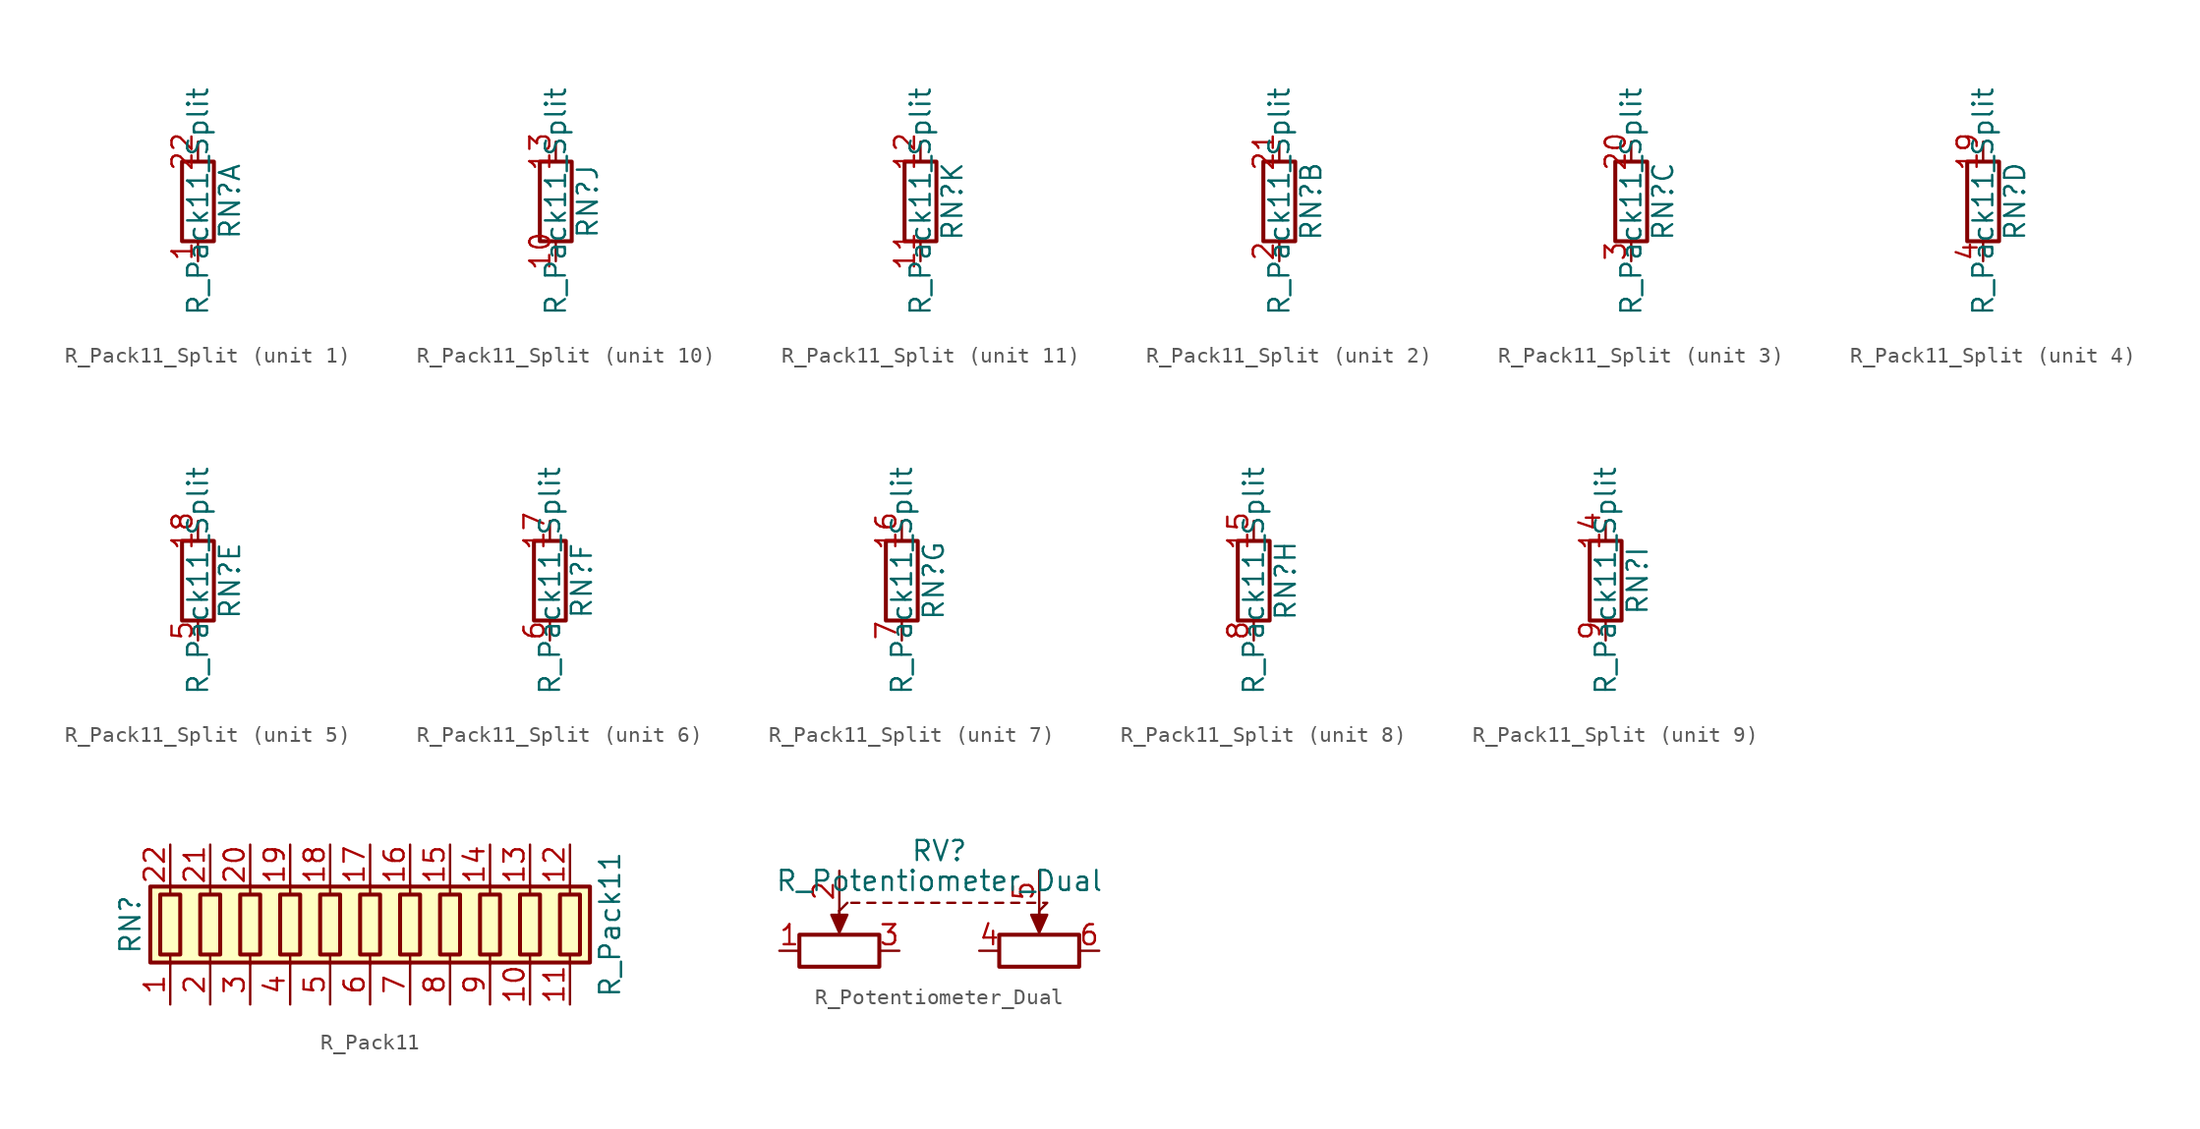
<source format=kicad_sym>
(kicad_symbol_lib
  (version 20241209)
  (generator "kicad_symbol_editor")
  (generator_version "9.0")
  (symbol "R_Pack11_Split"
    (pin_names
      (offset 0)
      (hide yes))
    (property "Reference" "RN"
      (at 2.032 0 90)
      (effects (font (size 1.27 1.27))))
    (property "Value" "R_Pack11_Split"
      (at 0 0 90)
      (effects (font (size 1.27 1.27))))
    (symbol "R_Pack11_Split_0_1"
      (rectangle (start 1.016 2.54) (end -1.016 -2.54) (stroke (width 0.254) (type default)) (fill (type none))))
    (symbol "R_Pack11_Split_1_1"
      (pin passive line (at 0 3.81 270) (length 1.27) (name "R1.2" (effects (font (size 1.27 1.27)))) (number "22" (effects (font (size 1.27 1.27)))))
      (pin passive line (at 0 -3.81 90) (length 1.27) (name "R1.1" (effects (font (size 1.27 1.27)))) (number "1" (effects (font (size 1.27 1.27))))))
    (symbol "R_Pack11_Split_2_1"
      (pin passive line (at 0 3.81 270) (length 1.27) (name "R2.2" (effects (font (size 1.27 1.27)))) (number "21" (effects (font (size 1.27 1.27)))))
      (pin passive line (at 0 -3.81 90) (length 1.27) (name "R2.1" (effects (font (size 1.27 1.27)))) (number "2" (effects (font (size 1.27 1.27))))))
    (symbol "R_Pack11_Split_3_1"
      (pin passive line (at 0 3.81 270) (length 1.27) (name "R3.2" (effects (font (size 1.27 1.27)))) (number "20" (effects (font (size 1.27 1.27)))))
      (pin passive line (at 0 -3.81 90) (length 1.27) (name "R3.1" (effects (font (size 1.27 1.27)))) (number "3" (effects (font (size 1.27 1.27))))))
    (symbol "R_Pack11_Split_4_1"
      (pin passive line (at 0 3.81 270) (length 1.27) (name "R4.2" (effects (font (size 1.27 1.27)))) (number "19" (effects (font (size 1.27 1.27)))))
      (pin passive line (at 0 -3.81 90) (length 1.27) (name "R4.1" (effects (font (size 1.27 1.27)))) (number "4" (effects (font (size 1.27 1.27))))))
    (symbol "R_Pack11_Split_5_1"
      (pin passive line (at 0 3.81 270) (length 1.27) (name "R5.2" (effects (font (size 1.27 1.27)))) (number "18" (effects (font (size 1.27 1.27)))))
      (pin passive line (at 0 -3.81 90) (length 1.27) (name "R5.1" (effects (font (size 1.27 1.27)))) (number "5" (effects (font (size 1.27 1.27))))))
    (symbol "R_Pack11_Split_6_1"
      (pin passive line (at 0 3.81 270) (length 1.27) (name "R6.2" (effects (font (size 1.27 1.27)))) (number "17" (effects (font (size 1.27 1.27)))))
      (pin passive line (at 0 -3.81 90) (length 1.27) (name "R6.1" (effects (font (size 1.27 1.27)))) (number "6" (effects (font (size 1.27 1.27))))))
    (symbol "R_Pack11_Split_7_1"
      (pin passive line (at 0 3.81 270) (length 1.27) (name "R7.2" (effects (font (size 1.27 1.27)))) (number "16" (effects (font (size 1.27 1.27)))))
      (pin passive line (at 0 -3.81 90) (length 1.27) (name "R7.1" (effects (font (size 1.27 1.27)))) (number "7" (effects (font (size 1.27 1.27))))))
    (symbol "R_Pack11_Split_8_1"
      (pin passive line (at 0 3.81 270) (length 1.27) (name "R8.2" (effects (font (size 1.27 1.27)))) (number "15" (effects (font (size 1.27 1.27)))))
      (pin passive line (at 0 -3.81 90) (length 1.27) (name "R8.1" (effects (font (size 1.27 1.27)))) (number "8" (effects (font (size 1.27 1.27))))))
    (symbol "R_Pack11_Split_9_1"
      (pin passive line (at 0 3.81 270) (length 1.27) (name "R9.2" (effects (font (size 1.27 1.27)))) (number "14" (effects (font (size 1.27 1.27)))))
      (pin passive line (at 0 -3.81 90) (length 1.27) (name "R9.1" (effects (font (size 1.27 1.27)))) (number "9" (effects (font (size 1.27 1.27))))))
    (symbol "R_Pack11_Split_10_1"
      (pin passive line (at 0 3.81 270) (length 1.27) (name "R10.2" (effects (font (size 1.27 1.27)))) (number "13" (effects (font (size 1.27 1.27)))))
      (pin passive line (at 0 -3.81 90) (length 1.27) (name "R10.1" (effects (font (size 1.27 1.27)))) (number "10" (effects (font (size 1.27 1.27))))))
    (symbol "R_Pack11_Split_11_1"
      (pin passive line (at 0 3.81 270) (length 1.27) (name "R11.2" (effects (font (size 1.27 1.27)))) (number "12" (effects (font (size 1.27 1.27)))))
      (pin passive line (at 0 -3.81 90) (length 1.27) (name "R11.1" (effects (font (size 1.27 1.27)))) (number "11" (effects (font (size 1.27 1.27)))))))
  (symbol "R_Pack11"
    (pin_names
      (offset 0)
      (hide yes))
    (property "Reference" "RN"
      (at -15.24 0 90)
      (effects (font (size 1.27 1.27))))
    (property "Value" "R_Pack11"
      (at 15.24 0 90)
      (effects (font (size 1.27 1.27))))
    (symbol "R_Pack11_0_1"
      (rectangle (start -13.97 -2.413) (end 13.97 2.413) (stroke (width 0.254) (type default)) (fill (type background)))
      (rectangle (start -13.335 1.905) (end -12.065 -1.905) (stroke (width 0.254) (type default)) (fill (type none)))
      (polyline (pts (xy -12.7 1.905) (xy -12.7 2.54)) (stroke (width 0) (type default)) (fill (type none)))
      (polyline (pts (xy -12.7 -2.54) (xy -12.7 -1.905)) (stroke (width 0) (type default)) (fill (type none)))
      (rectangle (start -10.795 1.905) (end -9.525 -1.905) (stroke (width 0.254) (type default)) (fill (type none)))
      (polyline (pts (xy -10.16 1.905) (xy -10.16 2.54)) (stroke (width 0) (type default)) (fill (type none)))
      (polyline (pts (xy -10.16 -2.54) (xy -10.16 -1.905)) (stroke (width 0) (type default)) (fill (type none)))
      (rectangle (start -8.255 1.905) (end -6.985 -1.905) (stroke (width 0.254) (type default)) (fill (type none)))
      (polyline (pts (xy -7.62 1.905) (xy -7.62 2.54)) (stroke (width 0) (type default)) (fill (type none)))
      (polyline (pts (xy -7.62 -2.54) (xy -7.62 -1.905)) (stroke (width 0) (type default)) (fill (type none)))
      (rectangle (start -5.715 1.905) (end -4.445 -1.905) (stroke (width 0.254) (type default)) (fill (type none)))
      (polyline (pts (xy -5.08 1.905) (xy -5.08 2.54)) (stroke (width 0) (type default)) (fill (type none)))
      (polyline (pts (xy -5.08 -2.54) (xy -5.08 -1.905)) (stroke (width 0) (type default)) (fill (type none)))
      (rectangle (start -3.175 1.905) (end -1.905 -1.905) (stroke (width 0.254) (type default)) (fill (type none)))
      (polyline (pts (xy -2.54 1.905) (xy -2.54 2.54)) (stroke (width 0) (type default)) (fill (type none)))
      (polyline (pts (xy -2.54 -2.54) (xy -2.54 -1.905)) (stroke (width 0) (type default)) (fill (type none)))
      (rectangle (start -0.635 1.905) (end 0.635 -1.905) (stroke (width 0.254) (type default)) (fill (type none)))
      (polyline (pts (xy 0 1.905) (xy 0 2.54)) (stroke (width 0) (type default)) (fill (type none)))
      (polyline (pts (xy 0 -2.54) (xy 0 -1.905)) (stroke (width 0) (type default)) (fill (type none)))
      (rectangle (start 1.905 1.905) (end 3.175 -1.905) (stroke (width 0.254) (type default)) (fill (type none)))
      (polyline (pts (xy 2.54 1.905) (xy 2.54 2.54)) (stroke (width 0) (type default)) (fill (type none)))
      (polyline (pts (xy 2.54 -2.54) (xy 2.54 -1.905)) (stroke (width 0) (type default)) (fill (type none)))
      (rectangle (start 4.445 1.905) (end 5.715 -1.905) (stroke (width 0.254) (type default)) (fill (type none)))
      (polyline (pts (xy 5.08 1.905) (xy 5.08 2.54)) (stroke (width 0) (type default)) (fill (type none)))
      (polyline (pts (xy 5.08 -2.54) (xy 5.08 -1.905)) (stroke (width 0) (type default)) (fill (type none)))
      (rectangle (start 6.985 1.905) (end 8.255 -1.905) (stroke (width 0.254) (type default)) (fill (type none)))
      (polyline (pts (xy 7.62 1.905) (xy 7.62 2.54)) (stroke (width 0) (type default)) (fill (type none)))
      (polyline (pts (xy 7.62 -2.54) (xy 7.62 -1.905)) (stroke (width 0) (type default)) (fill (type none)))
      (rectangle (start 9.525 1.905) (end 10.795 -1.905) (stroke (width 0.254) (type default)) (fill (type none)))
      (polyline (pts (xy 10.16 1.905) (xy 10.16 2.54)) (stroke (width 0) (type default)) (fill (type none)))
      (polyline (pts (xy 10.16 -2.54) (xy 10.16 -1.905)) (stroke (width 0) (type default)) (fill (type none)))
      (rectangle (start 12.065 1.905) (end 13.335 -1.905) (stroke (width 0.254) (type default)) (fill (type none)))
      (polyline (pts (xy 12.7 1.905) (xy 12.7 2.54)) (stroke (width 0) (type default)) (fill (type none)))
      (polyline (pts (xy 12.7 -2.54) (xy 12.7 -1.905)) (stroke (width 0) (type default)) (fill (type none))))
    (symbol "R_Pack11_1_1"
      (pin passive line (at -12.7 5.08 270) (length 2.54) (name "R1.2" (effects (font (size 1.27 1.27)))) (number "22" (effects (font (size 1.27 1.27)))))
      (pin passive line (at -12.7 -5.08 90) (length 2.54) (name "R1.1" (effects (font (size 1.27 1.27)))) (number "1" (effects (font (size 1.27 1.27)))))
      (pin passive line (at -10.16 5.08 270) (length 2.54) (name "R2.2" (effects (font (size 1.27 1.27)))) (number "21" (effects (font (size 1.27 1.27)))))
      (pin passive line (at -10.16 -5.08 90) (length 2.54) (name "R2.1" (effects (font (size 1.27 1.27)))) (number "2" (effects (font (size 1.27 1.27)))))
      (pin passive line (at -7.62 5.08 270) (length 2.54) (name "R3.2" (effects (font (size 1.27 1.27)))) (number "20" (effects (font (size 1.27 1.27)))))
      (pin passive line (at -7.62 -5.08 90) (length 2.54) (name "R3.1" (effects (font (size 1.27 1.27)))) (number "3" (effects (font (size 1.27 1.27)))))
      (pin passive line (at -5.08 5.08 270) (length 2.54) (name "R4.2" (effects (font (size 1.27 1.27)))) (number "19" (effects (font (size 1.27 1.27)))))
      (pin passive line (at -5.08 -5.08 90) (length 2.54) (name "R4.1" (effects (font (size 1.27 1.27)))) (number "4" (effects (font (size 1.27 1.27)))))
      (pin passive line (at -2.54 5.08 270) (length 2.54) (name "R5.2" (effects (font (size 1.27 1.27)))) (number "18" (effects (font (size 1.27 1.27)))))
      (pin passive line (at -2.54 -5.08 90) (length 2.54) (name "R5.1" (effects (font (size 1.27 1.27)))) (number "5" (effects (font (size 1.27 1.27)))))
      (pin passive line (at 0 5.08 270) (length 2.54) (name "R6.2" (effects (font (size 1.27 1.27)))) (number "17" (effects (font (size 1.27 1.27)))))
      (pin passive line (at 0 -5.08 90) (length 2.54) (name "R6.1" (effects (font (size 1.27 1.27)))) (number "6" (effects (font (size 1.27 1.27)))))
      (pin passive line (at 2.54 5.08 270) (length 2.54) (name "R7.2" (effects (font (size 1.27 1.27)))) (number "16" (effects (font (size 1.27 1.27)))))
      (pin passive line (at 2.54 -5.08 90) (length 2.54) (name "R7.1" (effects (font (size 1.27 1.27)))) (number "7" (effects (font (size 1.27 1.27)))))
      (pin passive line (at 5.08 5.08 270) (length 2.54) (name "R8.2" (effects (font (size 1.27 1.27)))) (number "15" (effects (font (size 1.27 1.27)))))
      (pin passive line (at 5.08 -5.08 90) (length 2.54) (name "R8.1" (effects (font (size 1.27 1.27)))) (number "8" (effects (font (size 1.27 1.27)))))
      (pin passive line (at 7.62 5.08 270) (length 2.54) (name "R9.2" (effects (font (size 1.27 1.27)))) (number "14" (effects (font (size 1.27 1.27)))))
      (pin passive line (at 7.62 -5.08 90) (length 2.54) (name "R9.1" (effects (font (size 1.27 1.27)))) (number "9" (effects (font (size 1.27 1.27)))))
      (pin passive line (at 10.16 5.08 270) (length 2.54) (name "R10.2" (effects (font (size 1.27 1.27)))) (number "13" (effects (font (size 1.27 1.27)))))
      (pin passive line (at 10.16 -5.08 90) (length 2.54) (name "R10.1" (effects (font (size 1.27 1.27)))) (number "10" (effects (font (size 1.27 1.27)))))
      (pin passive line (at 12.7 5.08 270) (length 2.54) (name "R11.2" (effects (font (size 1.27 1.27)))) (number "12" (effects (font (size 1.27 1.27)))))
      (pin passive line (at 12.7 -5.08 90) (length 2.54) (name "R11.1" (effects (font (size 1.27 1.27)))) (number "11" (effects (font (size 1.27 1.27)))))))
  (symbol "R_Potentiometer_Dual"
    (pin_names
      (offset 1.016)
      (hide yes))
    (property "Reference" "RV"
      (at 0 3.81 0)
      (effects (font (size 1.27 1.27))))
    (property "Value" "R_Potentiometer_Dual"
      (at 0 1.905 0)
      (effects (font (size 1.27 1.27))))
    (symbol "R_Potentiometer_Dual_0_1"
      (rectangle (start -8.89 -1.524) (end -3.81 -3.556) (stroke (width 0.254) (type default)) (fill (type none)))
      (polyline (pts (xy -6.35 0) (xy -6.35 -1.016)) (stroke (width 0) (type default)) (fill (type none)))
      (polyline (pts (xy -6.35 0) (xy -6.35 -1.016)) (stroke (width 0) (type default)) (fill (type none)))
      (polyline (pts (xy -6.35 0) (xy -5.842 0.508)) (stroke (width 0) (type default)) (fill (type none)))
      (polyline (pts (xy -6.35 -1.397) (xy -6.858 -0.254) (xy -5.842 -0.254) (xy -6.35 -1.397)) (stroke (width 0) (type default)) (fill (type outline)))
      (polyline (pts (xy -5.588 0.508) (xy -5.08 0.508)) (stroke (width 0) (type default)) (fill (type none)))
      (polyline (pts (xy -4.572 0.508) (xy -4.064 0.508)) (stroke (width 0) (type default)) (fill (type none)))
      (polyline (pts (xy -3.556 0.508) (xy -3.048 0.508)) (stroke (width 0) (type default)) (fill (type none)))
      (polyline (pts (xy -2.54 0.508) (xy -2.032 0.508)) (stroke (width 0) (type default)) (fill (type none)))
      (polyline (pts (xy -1.524 0.508) (xy -1.016 0.508)) (stroke (width 0) (type default)) (fill (type none)))
      (polyline (pts (xy -0.508 0.508) (xy 0 0.508)) (stroke (width 0) (type default)) (fill (type none)))
      (polyline (pts (xy 0.508 0.508) (xy 1.016 0.508)) (stroke (width 0) (type default)) (fill (type none)))
      (polyline (pts (xy 1.524 0.508) (xy 2.032 0.508)) (stroke (width 0) (type default)) (fill (type none)))
      (polyline (pts (xy 2.54 0.508) (xy 3.048 0.508)) (stroke (width 0) (type default)) (fill (type none)))
      (polyline (pts (xy 3.556 0.508) (xy 4.064 0.508)) (stroke (width 0) (type default)) (fill (type none)))
      (rectangle (start 3.81 -1.524) (end 8.89 -3.556) (stroke (width 0.254) (type default)) (fill (type none)))
      (polyline (pts (xy 4.572 0.508) (xy 5.08 0.508)) (stroke (width 0) (type default)) (fill (type none)))
      (polyline (pts (xy 5.588 0.508) (xy 6.096 0.508)) (stroke (width 0) (type default)) (fill (type none)))
      (polyline (pts (xy 6.35 0) (xy 6.35 -1.016)) (stroke (width 0) (type default)) (fill (type none)))
      (polyline (pts (xy 6.35 0) (xy 6.35 -1.016)) (stroke (width 0) (type default)) (fill (type none)))
      (polyline (pts (xy 6.35 -1.397) (xy 5.842 -0.254) (xy 6.858 -0.254) (xy 6.35 -1.397)) (stroke (width 0) (type default)) (fill (type outline)))
      (polyline (pts (xy 6.604 0.508) (xy 6.858 0.508) (xy 6.35 0)) (stroke (width 0) (type default)) (fill (type none))))
    (symbol "R_Potentiometer_Dual_1_1"
      (pin passive line (at -10.16 -2.54 0) (length 1.27) (name "1" (effects (font (size 1.27 1.27)))) (number "1" (effects (font (size 1.27 1.27)))))
      (pin passive line (at -6.35 2.54 270) (length 2.54) (name "2" (effects (font (size 1.27 1.27)))) (number "2" (effects (font (size 1.27 1.27)))))
      (pin passive line (at -2.54 -2.54 180) (length 1.27) (name "3" (effects (font (size 1.27 1.27)))) (number "3" (effects (font (size 1.27 1.27)))))
      (pin passive line (at 2.54 -2.54 0) (length 1.27) (name "4" (effects (font (size 1.27 1.27)))) (number "4" (effects (font (size 1.27 1.27)))))
      (pin passive line (at 6.35 2.54 270) (length 2.54) (name "5" (effects (font (size 1.27 1.27)))) (number "5" (effects (font (size 1.27 1.27)))))
      (pin passive line (at 10.16 -2.54 180) (length 1.27) (name "6" (effects (font (size 1.27 1.27)))) (number "6" (effects (font (size 1.27 1.27))))))))
</source>
